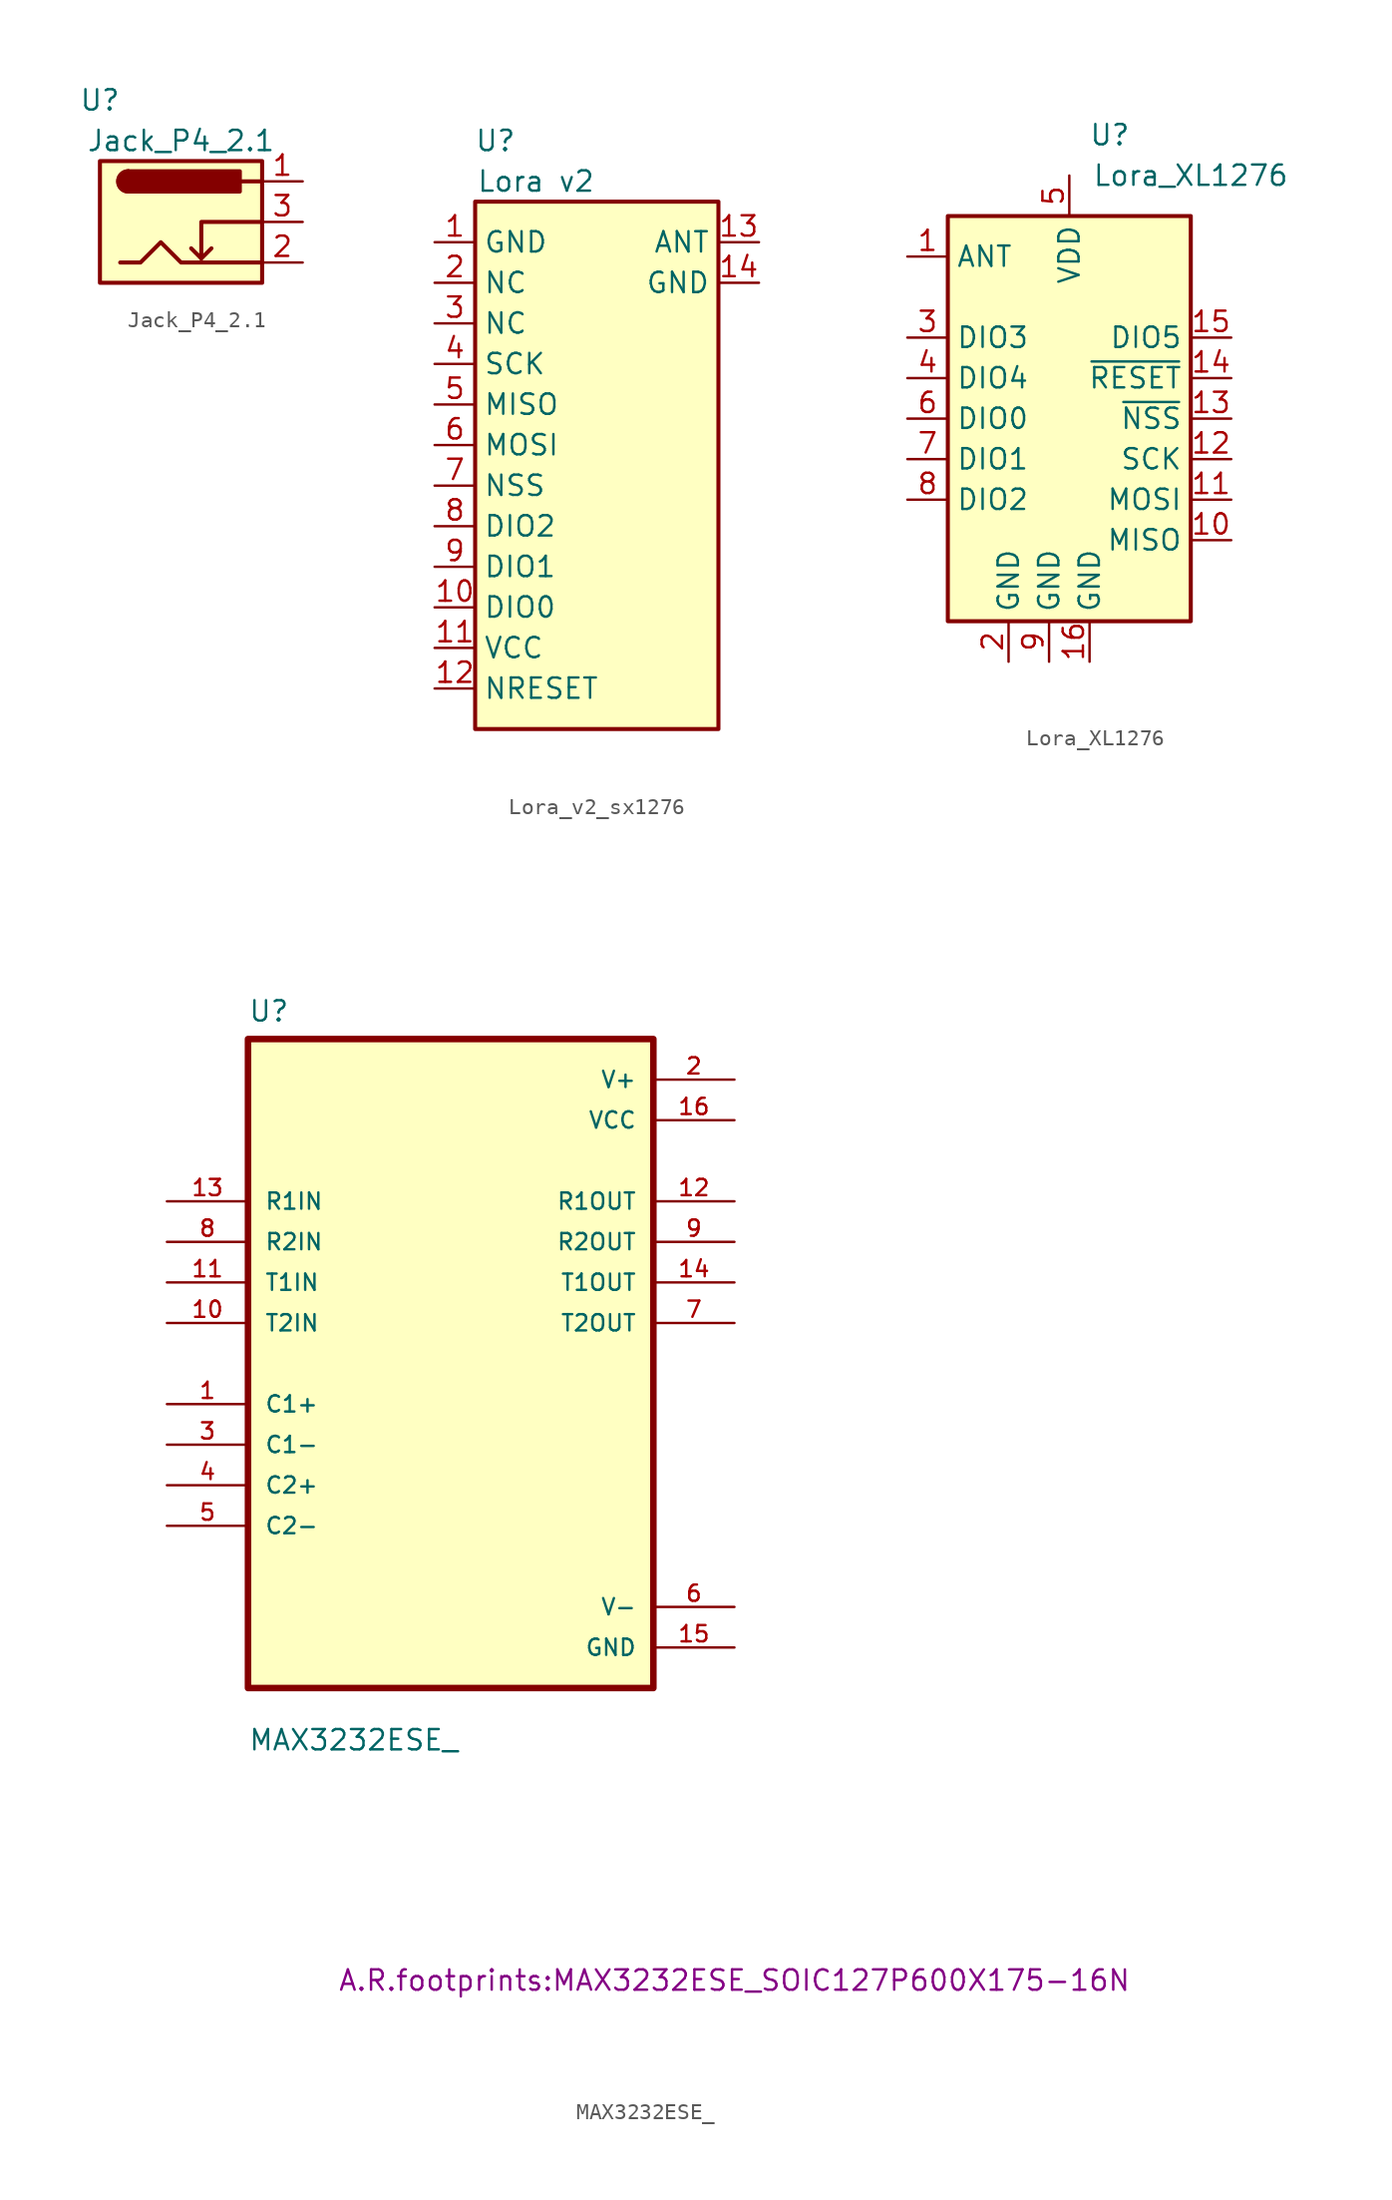
<source format=kicad_sym>
(kicad_symbol_lib
  (version 20231120)
  (generator "kicad_symbol_editor")
  (generator_version "8.0")
  (symbol "Jack_P4_2.1"
    (property "Reference" "U"
      (at -1.27 -2.54 0)
      (effects (font (size 1.27 1.27))))
    (property "Value" "Jack_P4_2.1"
      (at 3.81 -5.08 0)
      (effects (font (size 1.27 1.27))))
    (symbol "Jack_P4_2.1_0_1"
      (rectangle (start -1.27 -6.35) (end 8.89 -13.97) (stroke (width 0.254) (type default)) (fill (type background)))
      (polyline (pts (xy 5.08 -12.446) (xy 5.715 -11.811)) (stroke (width 0.254) (type default)) (fill (type none)))
      (polyline (pts (xy 8.89 -7.62) (xy 7.62 -7.62)) (stroke (width 0.254) (type default)) (fill (type none)))
      (polyline (pts (xy 8.89 -10.16) (xy 5.08 -10.16) (xy 5.08 -12.446) (xy 4.445 -11.811)) (stroke (width 0.254) (type default)) (fill (type none)))
      (polyline (pts (xy 0 -12.7) (xy 1.27 -12.7) (xy 2.54 -11.43) (xy 3.81 -12.7) (xy 6.35 -12.7) (xy 8.89 -12.7)) (stroke (width 0.254) (type default)) (fill (type none)))
      (arc (start 0.508 -6.985) (mid -0.1243 -7.62) (end 0.508 -8.255) (stroke (width 0.254) (type default)) (fill (type none)))
      (arc (start 0.508 -6.985) (mid -0.1243 -7.62) (end 0.508 -8.255) (stroke (width 0.254) (type default)) (fill (type outline)))
      (rectangle (start 7.493 -6.985) (end 0.508 -8.255) (stroke (width 0.254) (type default)) (fill (type outline))))
    (symbol "Jack_P4_2.1_1_1"
      (pin passive line (at 11.43 -7.62 180) (length 2.54) (name "~" (effects (font (size 1.27 1.27)))) (number "1" (effects (font (size 1.27 1.27)))))
      (pin passive line (at 11.43 -12.7 180) (length 2.54) (name "~" (effects (font (size 1.27 1.27)))) (number "2" (effects (font (size 1.27 1.27)))))
      (pin passive line (at 11.43 -10.16 180) (length 2.54) (name "~" (effects (font (size 1.27 1.27)))) (number "3" (effects (font (size 1.27 1.27)))))))
  (symbol "Lora_v2_sx1276"
    (property "Reference" "U"
      (at 1.27 3.81 0)
      (effects (font (size 1.27 1.27))))
    (property "Value" "Lora v2"
      (at 3.81 1.27 0)
      (effects (font (size 1.27 1.27))))
    (symbol "Lora_v2_sx1276_0_1"
      (rectangle (start 0 0) (end 15.24 -33.02) (stroke (width 0.254) (type default)) (fill (type background))))
    (symbol "Lora_v2_sx1276_1_1"
      (pin power_out line (at -2.54 -2.54 0) (length 2.54) (name "GND" (effects (font (size 1.27 1.27)))) (number "1" (effects (font (size 1.27 1.27)))))
      (pin bidirectional line (at -2.54 -25.4 0) (length 2.54) (name "DIO0" (effects (font (size 1.27 1.27)))) (number "10" (effects (font (size 1.27 1.27)))))
      (pin power_in line (at -2.54 -27.94 0) (length 2.54) (name "VCC" (effects (font (size 1.27 1.27)))) (number "11" (effects (font (size 1.27 1.27)))))
      (pin bidirectional line (at -2.54 -30.48 0) (length 2.54) (name "NRESET" (effects (font (size 1.27 1.27)))) (number "12" (effects (font (size 1.27 1.27)))))
      (pin output line (at 17.78 -2.54 180) (length 2.54) (name "ANT" (effects (font (size 1.27 1.27)))) (number "13" (effects (font (size 1.27 1.27)))))
      (pin power_out line (at 17.78 -5.08 180) (length 2.54) (name "GND" (effects (font (size 1.27 1.27)))) (number "14" (effects (font (size 1.27 1.27)))))
      (pin bidirectional line (at -2.54 -5.08 0) (length 2.54) (name "NC" (effects (font (size 1.27 1.27)))) (number "2" (effects (font (size 1.27 1.27)))))
      (pin bidirectional line (at -2.54 -7.62 0) (length 2.54) (name "NC" (effects (font (size 1.27 1.27)))) (number "3" (effects (font (size 1.27 1.27)))))
      (pin bidirectional line (at -2.54 -10.16 0) (length 2.54) (name "SCK" (effects (font (size 1.27 1.27)))) (number "4" (effects (font (size 1.27 1.27)))))
      (pin bidirectional line (at -2.54 -12.7 0) (length 2.54) (name "MISO" (effects (font (size 1.27 1.27)))) (number "5" (effects (font (size 1.27 1.27)))))
      (pin bidirectional line (at -2.54 -15.24 0) (length 2.54) (name "MOSI" (effects (font (size 1.27 1.27)))) (number "6" (effects (font (size 1.27 1.27)))))
      (pin bidirectional line (at -2.54 -17.78 0) (length 2.54) (name "NSS" (effects (font (size 1.27 1.27)))) (number "7" (effects (font (size 1.27 1.27)))))
      (pin bidirectional line (at -2.54 -20.32 0) (length 2.54) (name "DIO2" (effects (font (size 1.27 1.27)))) (number "8" (effects (font (size 1.27 1.27)))))
      (pin bidirectional line (at -2.54 -22.86 0) (length 2.54) (name "DIO1" (effects (font (size 1.27 1.27)))) (number "9" (effects (font (size 1.27 1.27)))))))
  (symbol "Lora_XL1276"
    (property "Reference" "U"
      (at 3.81 2.54 0)
      (effects (font (size 1.27 1.27))))
    (property "Value" "Lora_XL1276"
      (at 8.89 0 0)
      (effects (font (size 1.27 1.27))))
    (symbol "Lora_XL1276_0_1"
      (rectangle (start -6.35 -2.54) (end 8.89 -27.94) (stroke (width 0.254) (type default)) (fill (type background))))
    (symbol "Lora_XL1276_1_0"
      (pin power_out line (at 2.54 -30.48 90) (length 2.54) (name "GND" (effects (font (size 1.27 1.27)))) (number "16" (effects (font (size 1.27 1.27)))))
      (pin power_out line (at 0 -30.48 90) (length 2.54) (name "GND" (effects (font (size 1.27 1.27)))) (number "9" (effects (font (size 1.27 1.27))))))
    (symbol "Lora_XL1276_1_1"
      (pin passive line (at -8.89 -5.08 0) (length 2.54) (name "ANT" (effects (font (size 1.27 1.27)))) (number "1" (effects (font (size 1.27 1.27)))))
      (pin output line (at 11.43 -22.86 180) (length 2.54) (name "MISO" (effects (font (size 1.27 1.27)))) (number "10" (effects (font (size 1.27 1.27)))))
      (pin input line (at 11.43 -20.32 180) (length 2.54) (name "MOSI" (effects (font (size 1.27 1.27)))) (number "11" (effects (font (size 1.27 1.27)))))
      (pin input line (at 11.43 -17.78 180) (length 2.54) (name "SCK" (effects (font (size 1.27 1.27)))) (number "12" (effects (font (size 1.27 1.27)))))
      (pin input line (at 11.43 -15.24 180) (length 2.54) (name "~{NSS}" (effects (font (size 1.27 1.27)))) (number "13" (effects (font (size 1.27 1.27)))))
      (pin input line (at 11.43 -12.7 180) (length 2.54) (name "~{RESET}" (effects (font (size 1.27 1.27)))) (number "14" (effects (font (size 1.27 1.27)))))
      (pin bidirectional line (at 11.43 -10.16 180) (length 2.54) (name "DIO5" (effects (font (size 1.27 1.27)))) (number "15" (effects (font (size 1.27 1.27)))))
      (pin power_out line (at -2.54 -30.48 90) (length 2.54) (name "GND" (effects (font (size 1.27 1.27)))) (number "2" (effects (font (size 1.27 1.27)))))
      (pin bidirectional line (at -8.89 -10.16 0) (length 2.54) (name "DIO3" (effects (font (size 1.27 1.27)))) (number "3" (effects (font (size 1.27 1.27)))))
      (pin bidirectional line (at -8.89 -12.7 0) (length 2.54) (name "DIO4" (effects (font (size 1.27 1.27)))) (number "4" (effects (font (size 1.27 1.27)))))
      (pin power_in line (at 1.27 0 270) (length 2.54) (name "VDD" (effects (font (size 1.27 1.27)))) (number "5" (effects (font (size 1.27 1.27)))))
      (pin bidirectional line (at -8.89 -15.24 0) (length 2.54) (name "DIO0" (effects (font (size 1.27 1.27)))) (number "6" (effects (font (size 1.27 1.27)))))
      (pin bidirectional line (at -8.89 -17.78 0) (length 2.54) (name "DIO1" (effects (font (size 1.27 1.27)))) (number "7" (effects (font (size 1.27 1.27)))))
      (pin bidirectional line (at -8.89 -20.32 0) (length 2.54) (name "DIO2" (effects (font (size 1.27 1.27)))) (number "8" (effects (font (size 1.27 1.27)))))))
  (symbol "MAX3232ESE_"
    (pin_names
      (offset 1.016))
    (property "Reference" "U"
      (at -12.7 21.32 0)
      (effects (font (size 1.27 1.27)) (justify left bottom)))
    (property "Value" "MAX3232ESE_"
      (at -12.7 -24.32 0)
      (effects (font (size 1.27 1.27)) (justify left bottom)))
    (property "Footprint" "A.R.footprints:MAX3232ESE_SOIC127P600X175-16N"
      (at 17.78 -39.37 0)
      (effects (font (size 1.27 1.27)) (justify bottom)))
    (symbol "MAX3232ESE__0_0"
      (rectangle (start -12.7 -20.32) (end 12.7 20.32) (stroke (width 0.41) (type default)) (fill (type background)))
      (pin bidirectional line (at -17.78 -2.54 0) (length 5.08) (name "C1+" (effects (font (size 1.016 1.016)))) (number "1" (effects (font (size 1.016 1.016)))))
      (pin input line (at -17.78 2.54 0) (length 5.08) (name "T2IN" (effects (font (size 1.016 1.016)))) (number "10" (effects (font (size 1.016 1.016)))))
      (pin input line (at -17.78 5.08 0) (length 5.08) (name "T1IN" (effects (font (size 1.016 1.016)))) (number "11" (effects (font (size 1.016 1.016)))))
      (pin output line (at 17.78 10.16 180) (length 5.08) (name "R1OUT" (effects (font (size 1.016 1.016)))) (number "12" (effects (font (size 1.016 1.016)))))
      (pin input line (at -17.78 10.16 0) (length 5.08) (name "R1IN" (effects (font (size 1.016 1.016)))) (number "13" (effects (font (size 1.016 1.016)))))
      (pin output line (at 17.78 5.08 180) (length 5.08) (name "T1OUT" (effects (font (size 1.016 1.016)))) (number "14" (effects (font (size 1.016 1.016)))))
      (pin power_in line (at 17.78 -17.78 180) (length 5.08) (name "GND" (effects (font (size 1.016 1.016)))) (number "15" (effects (font (size 1.016 1.016)))))
      (pin power_in line (at 17.78 15.24 180) (length 5.08) (name "VCC" (effects (font (size 1.016 1.016)))) (number "16" (effects (font (size 1.016 1.016)))))
      (pin power_in line (at 17.78 17.78 180) (length 5.08) (name "V+" (effects (font (size 1.016 1.016)))) (number "2" (effects (font (size 1.016 1.016)))))
      (pin bidirectional line (at -17.78 -5.08 0) (length 5.08) (name "C1-" (effects (font (size 1.016 1.016)))) (number "3" (effects (font (size 1.016 1.016)))))
      (pin bidirectional line (at -17.78 -7.62 0) (length 5.08) (name "C2+" (effects (font (size 1.016 1.016)))) (number "4" (effects (font (size 1.016 1.016)))))
      (pin bidirectional line (at -17.78 -10.16 0) (length 5.08) (name "C2-" (effects (font (size 1.016 1.016)))) (number "5" (effects (font (size 1.016 1.016)))))
      (pin power_in line (at 17.78 -15.24 180) (length 5.08) (name "V-" (effects (font (size 1.016 1.016)))) (number "6" (effects (font (size 1.016 1.016)))))
      (pin output line (at 17.78 2.54 180) (length 5.08) (name "T2OUT" (effects (font (size 1.016 1.016)))) (number "7" (effects (font (size 1.016 1.016)))))
      (pin input line (at -17.78 7.62 0) (length 5.08) (name "R2IN" (effects (font (size 1.016 1.016)))) (number "8" (effects (font (size 1.016 1.016)))))
      (pin output line (at 17.78 7.62 180) (length 5.08) (name "R2OUT" (effects (font (size 1.016 1.016)))) (number "9" (effects (font (size 1.016 1.016))))))))
</source>
